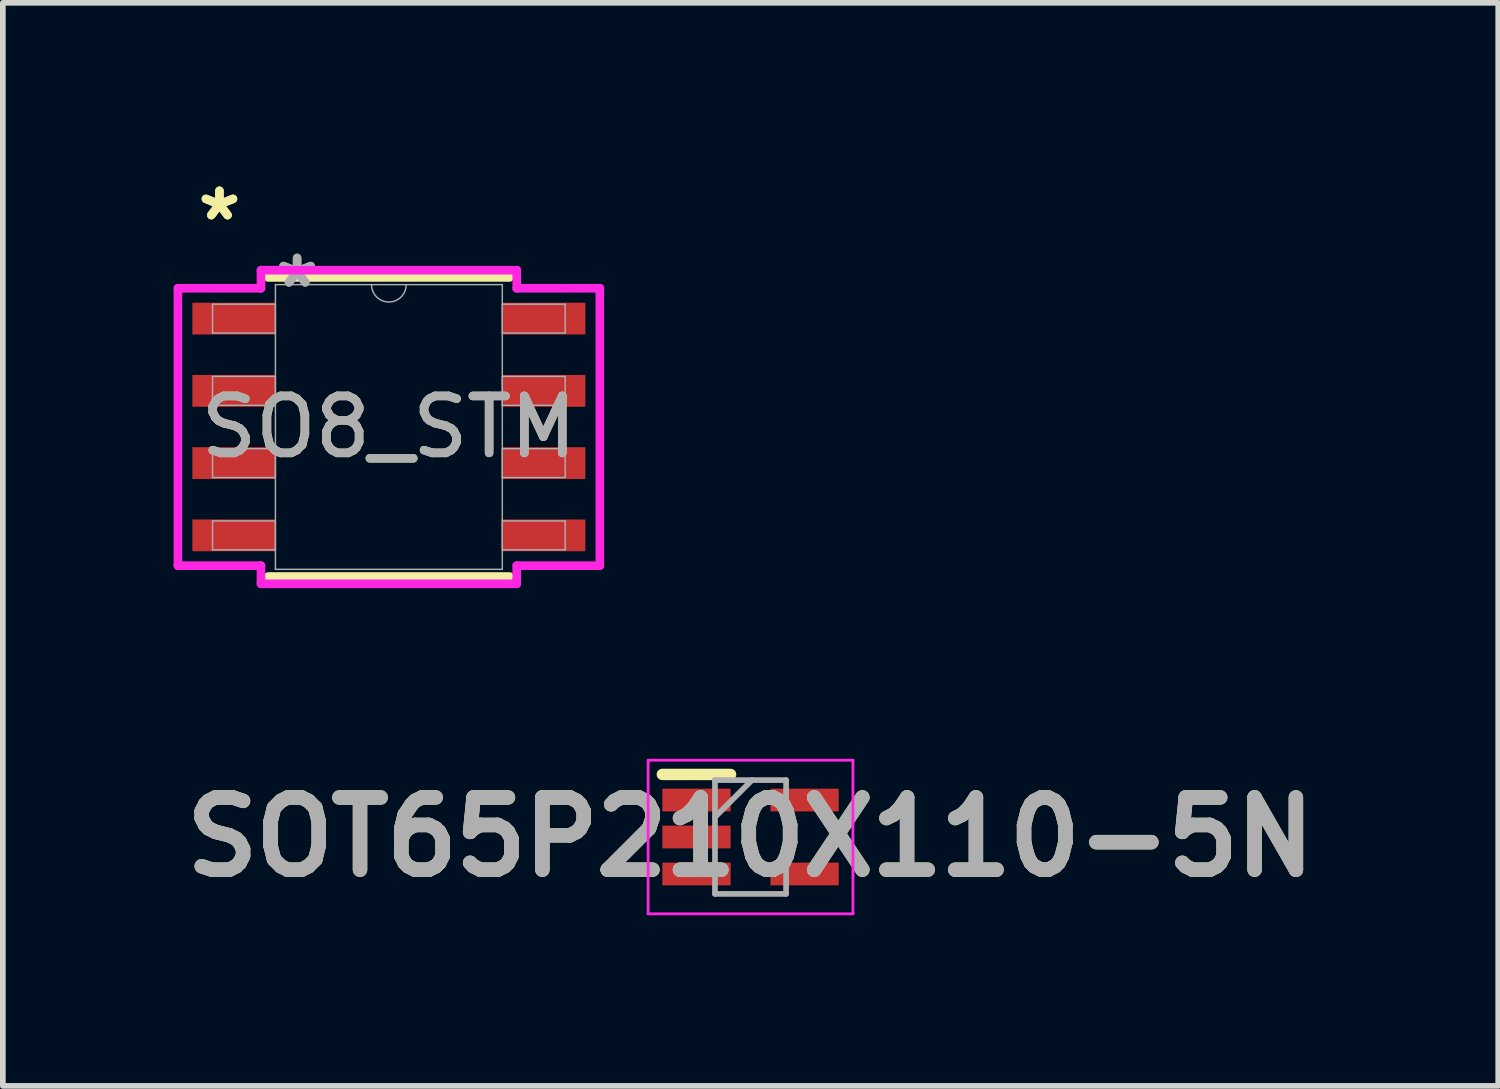
<source format=kicad_pcb>
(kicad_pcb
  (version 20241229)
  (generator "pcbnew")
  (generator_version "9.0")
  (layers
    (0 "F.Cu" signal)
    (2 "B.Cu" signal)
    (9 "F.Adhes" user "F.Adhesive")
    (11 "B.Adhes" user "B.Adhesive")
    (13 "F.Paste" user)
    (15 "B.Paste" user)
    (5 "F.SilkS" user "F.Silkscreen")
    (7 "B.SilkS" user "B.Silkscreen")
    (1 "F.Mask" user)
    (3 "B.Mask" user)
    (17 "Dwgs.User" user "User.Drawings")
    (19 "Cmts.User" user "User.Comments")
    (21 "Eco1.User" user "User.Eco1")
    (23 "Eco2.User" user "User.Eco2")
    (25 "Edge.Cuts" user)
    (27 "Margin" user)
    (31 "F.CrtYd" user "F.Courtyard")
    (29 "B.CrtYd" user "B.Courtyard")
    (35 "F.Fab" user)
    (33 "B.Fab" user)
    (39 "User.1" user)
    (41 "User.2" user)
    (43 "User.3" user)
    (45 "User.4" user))
  (footprint "SO8_STM"
    (layer "F.Cu")
    (at 3.785 4.455)
    (property "Reference" "SO8_STM" (at 0 0 0) (unlocked yes) (layer "F.SilkS") (effects (font (size 1 1) (thickness 0.15))))
    (attr smd)
    (fp_line (start -2.121 2.629) (end 2.121 2.629) (stroke (width 0.152) (type solid)) (layer "F.SilkS"))
    (fp_line (start 2.121 -2.629) (end -2.121 -2.629) (stroke (width 0.152) (type solid)) (layer "F.SilkS"))
    (fp_line (start -3.708 -2.438) (end -2.248 -2.438) (stroke (width 0.152) (type solid)) (layer "F.CrtYd"))
    (fp_line (start -3.708 2.438) (end -3.708 -2.438) (stroke (width 0.152) (type solid)) (layer "F.CrtYd"))
    (fp_line (start -3.708 2.438) (end -2.248 2.438) (stroke (width 0.152) (type solid)) (layer "F.CrtYd"))
    (fp_line (start -2.248 -2.756) (end 2.248 -2.756) (stroke (width 0.152) (type solid)) (layer "F.CrtYd"))
    (fp_line (start -2.248 -2.438) (end -2.248 -2.756) (stroke (width 0.152) (type solid)) (layer "F.CrtYd"))
    (fp_line (start -2.248 2.756) (end -2.248 2.438) (stroke (width 0.152) (type solid)) (layer "F.CrtYd"))
    (fp_line (start 2.248 -2.756) (end 2.248 -2.438) (stroke (width 0.152) (type solid)) (layer "F.CrtYd"))
    (fp_line (start 2.248 2.438) (end 2.248 2.756) (stroke (width 0.152) (type solid)) (layer "F.CrtYd"))
    (fp_line (start 2.248 2.756) (end -2.248 2.756) (stroke (width 0.152) (type solid)) (layer "F.CrtYd"))
    (fp_line (start 3.708 -2.438) (end 2.248 -2.438) (stroke (width 0.152) (type solid)) (layer "F.CrtYd"))
    (fp_line (start 3.708 -2.438) (end 3.708 2.438) (stroke (width 0.152) (type solid)) (layer "F.CrtYd"))
    (fp_line (start 3.708 2.438) (end 2.248 2.438) (stroke (width 0.152) (type solid)) (layer "F.CrtYd"))
    (fp_line (start -3.099 -2.159) (end -3.099 -1.651) (stroke (width 0.025) (type solid)) (layer "F.Fab"))
    (fp_line (start -3.099 -1.651) (end -1.994 -1.651) (stroke (width 0.025) (type solid)) (layer "F.Fab"))
    (fp_line (start -3.099 -0.889) (end -3.099 -0.381) (stroke (width 0.025) (type solid)) (layer "F.Fab"))
    (fp_line (start -3.099 -0.381) (end -1.994 -0.381) (stroke (width 0.025) (type solid)) (layer "F.Fab"))
    (fp_line (start -3.099 0.381) (end -3.099 0.889) (stroke (width 0.025) (type solid)) (layer "F.Fab"))
    (fp_line (start -3.099 0.889) (end -1.994 0.889) (stroke (width 0.025) (type solid)) (layer "F.Fab"))
    (fp_line (start -3.099 1.651) (end -3.099 2.159) (stroke (width 0.025) (type solid)) (layer "F.Fab"))
    (fp_line (start -3.099 2.159) (end -1.994 2.159) (stroke (width 0.025) (type solid)) (layer "F.Fab"))
    (fp_line (start -1.994 -2.502) (end -1.994 2.502) (stroke (width 0.025) (type solid)) (layer "F.Fab"))
    (fp_line (start -1.994 -2.159) (end -3.099 -2.159) (stroke (width 0.025) (type solid)) (layer "F.Fab"))
    (fp_line (start -1.994 -1.651) (end -1.994 -2.159) (stroke (width 0.025) (type solid)) (layer "F.Fab"))
    (fp_line (start -1.994 -0.889) (end -3.099 -0.889) (stroke (width 0.025) (type solid)) (layer "F.Fab"))
    (fp_line (start -1.994 -0.381) (end -1.994 -0.889) (stroke (width 0.025) (type solid)) (layer "F.Fab"))
    (fp_line (start -1.994 0.381) (end -3.099 0.381) (stroke (width 0.025) (type solid)) (layer "F.Fab"))
    (fp_line (start -1.994 0.889) (end -1.994 0.381) (stroke (width 0.025) (type solid)) (layer "F.Fab"))
    (fp_line (start -1.994 1.651) (end -3.099 1.651) (stroke (width 0.025) (type solid)) (layer "F.Fab"))
    (fp_line (start -1.994 2.159) (end -1.994 1.651) (stroke (width 0.025) (type solid)) (layer "F.Fab"))
    (fp_line (start -1.994 2.502) (end 1.994 2.502) (stroke (width 0.025) (type solid)) (layer "F.Fab"))
    (fp_line (start 1.994 -2.502) (end -1.994 -2.502) (stroke (width 0.025) (type solid)) (layer "F.Fab"))
    (fp_line (start 1.994 -2.159) (end 1.994 -1.651) (stroke (width 0.025) (type solid)) (layer "F.Fab"))
    (fp_line (start 1.994 -1.651) (end 3.099 -1.651) (stroke (width 0.025) (type solid)) (layer "F.Fab"))
    (fp_line (start 1.994 -0.889) (end 1.994 -0.381) (stroke (width 0.025) (type solid)) (layer "F.Fab"))
    (fp_line (start 1.994 -0.381) (end 3.099 -0.381) (stroke (width 0.025) (type solid)) (layer "F.Fab"))
    (fp_line (start 1.994 0.381) (end 1.994 0.889) (stroke (width 0.025) (type solid)) (layer "F.Fab"))
    (fp_line (start 1.994 0.889) (end 3.099 0.889) (stroke (width 0.025) (type solid)) (layer "F.Fab"))
    (fp_line (start 1.994 1.651) (end 1.994 2.159) (stroke (width 0.025) (type solid)) (layer "F.Fab"))
    (fp_line (start 1.994 2.159) (end 3.099 2.159) (stroke (width 0.025) (type solid)) (layer "F.Fab"))
    (fp_line (start 1.994 2.502) (end 1.994 -2.502) (stroke (width 0.025) (type solid)) (layer "F.Fab"))
    (fp_line (start 3.099 -2.159) (end 1.994 -2.159) (stroke (width 0.025) (type solid)) (layer "F.Fab"))
    (fp_line (start 3.099 -1.651) (end 3.099 -2.159) (stroke (width 0.025) (type solid)) (layer "F.Fab"))
    (fp_line (start 3.099 -0.889) (end 1.994 -0.889) (stroke (width 0.025) (type solid)) (layer "F.Fab"))
    (fp_line (start 3.099 -0.381) (end 3.099 -0.889) (stroke (width 0.025) (type solid)) (layer "F.Fab"))
    (fp_line (start 3.099 0.381) (end 1.994 0.381) (stroke (width 0.025) (type solid)) (layer "F.Fab"))
    (fp_line (start 3.099 0.889) (end 3.099 0.381) (stroke (width 0.025) (type solid)) (layer "F.Fab"))
    (fp_line (start 3.099 1.651) (end 1.994 1.651) (stroke (width 0.025) (type solid)) (layer "F.Fab"))
    (fp_line (start 3.099 2.159) (end 3.099 1.651) (stroke (width 0.025) (type solid)) (layer "F.Fab"))
    (fp_arc (start 0.3048 -2.5019) (mid 0 -2.1971) (end -0.3048 -2.5019) (stroke (width 0.0254) (type solid)) (layer "F.Fab"))
    (fp_text user "*" (at -2.978 -3.607 0) (unlocked yes) (layer "F.SilkS") (effects (font (size 1 1) (thickness 0.15))))
    (fp_text user "*" (at -2.978 -3.607 0) (layer "F.SilkS") (effects (font (size 1 1) (thickness 0.15))))
    (fp_text user "*" (at -1.613 -2.426 0) (layer "F.Fab") (effects (font (size 1 1) (thickness 0.15))))
    (fp_text user "*" (at -1.613 -2.426 0) (unlocked yes) (layer "F.Fab") (effects (font (size 1 1) (thickness 0.15))))
    (fp_text user "${REFERENCE}" (at 0 0 0) (unlocked yes) (layer "F.Fab") (effects (font (size 1 1) (thickness 0.15))))
    (pad "1" smd rect (at -2.724 -1.905) (size 1.46 0.559) (layers "F.Cu" "F.Mask" "F.Paste"))
    (pad "2" smd rect (at -2.724 -0.635) (size 1.46 0.559) (layers "F.Cu" "F.Mask" "F.Paste"))
    (pad "3" smd rect (at -2.724 0.635) (size 1.46 0.559) (layers "F.Cu" "F.Mask" "F.Paste"))
    (pad "4" smd rect (at -2.724 1.905) (size 1.46 0.559) (layers "F.Cu" "F.Mask" "F.Paste"))
    (pad "5" smd rect (at 2.724 1.905) (size 1.46 0.559) (layers "F.Cu" "F.Mask" "F.Paste"))
    (pad "6" smd rect (at 2.724 0.635) (size 1.46 0.559) (layers "F.Cu" "F.Mask" "F.Paste"))
    (pad "7" smd rect (at 2.724 -0.635) (size 1.46 0.559) (layers "F.Cu" "F.Mask" "F.Paste"))
    (pad "8" smd rect (at 2.724 -1.905) (size 1.46 0.559) (layers "F.Cu" "F.Mask" "F.Paste")))
  (footprint "SOT65P210X110-5N"
    (layer "F.Cu")
    (at 10.142 11.662)
    (property "Reference" "SOT65P210X110-5N" (at 0 0 0) (layer "F.SilkS") (effects (font (size 1.27 1.27) (thickness 0.254))))
    (attr smd)
    (fp_line (start -1.55 -1.1) (end -0.35 -1.1) (stroke (width 0.2) (type solid)) (layer "F.SilkS"))
    (fp_line (start -1.8 -1.35) (end 1.8 -1.35) (stroke (width 0.05) (type solid)) (layer "F.CrtYd"))
    (fp_line (start -1.8 1.35) (end -1.8 -1.35) (stroke (width 0.05) (type solid)) (layer "F.CrtYd"))
    (fp_line (start 1.8 -1.35) (end 1.8 1.35) (stroke (width 0.05) (type solid)) (layer "F.CrtYd"))
    (fp_line (start 1.8 1.35) (end -1.8 1.35) (stroke (width 0.05) (type solid)) (layer "F.CrtYd"))
    (fp_line (start -0.625 -1) (end 0.625 -1) (stroke (width 0.1) (type solid)) (layer "F.Fab"))
    (fp_line (start -0.625 -0.35) (end 0.025 -1) (stroke (width 0.1) (type solid)) (layer "F.Fab"))
    (fp_line (start -0.625 1) (end -0.625 -1) (stroke (width 0.1) (type solid)) (layer "F.Fab"))
    (fp_line (start 0.625 -1) (end 0.625 1) (stroke (width 0.1) (type solid)) (layer "F.Fab"))
    (fp_line (start 0.625 1) (end -0.625 1) (stroke (width 0.1) (type solid)) (layer "F.Fab"))
    (fp_text user "${REFERENCE}" (at 0 0 0) (layer "F.Fab") (effects (font (size 1.27 1.27) (thickness 0.254))))
    (pad "1" smd rect (at -0.95 -0.65 90) (size 0.4 1.2) (layers "F.Cu" "F.Mask" "F.Paste"))
    (pad "2" smd rect (at -0.95 0 90) (size 0.4 1.2) (layers "F.Cu" "F.Mask" "F.Paste"))
    (pad "3" smd rect (at -0.95 0.65 90) (size 0.4 1.2) (layers "F.Cu" "F.Mask" "F.Paste"))
    (pad "4" smd rect (at 0.95 0.65 90) (size 0.4 1.2) (layers "F.Cu" "F.Mask" "F.Paste"))
    (pad "5" smd rect (at 0.95 -0.65 90) (size 0.4 1.2) (layers "F.Cu" "F.Mask" "F.Paste")))
  (gr_rect
    (start -3 -3)
    (end 23.284 16.037)
    (stroke (width 0.1) (type default))
    (fill no)
    (layer "Edge.Cuts")))
</source>
